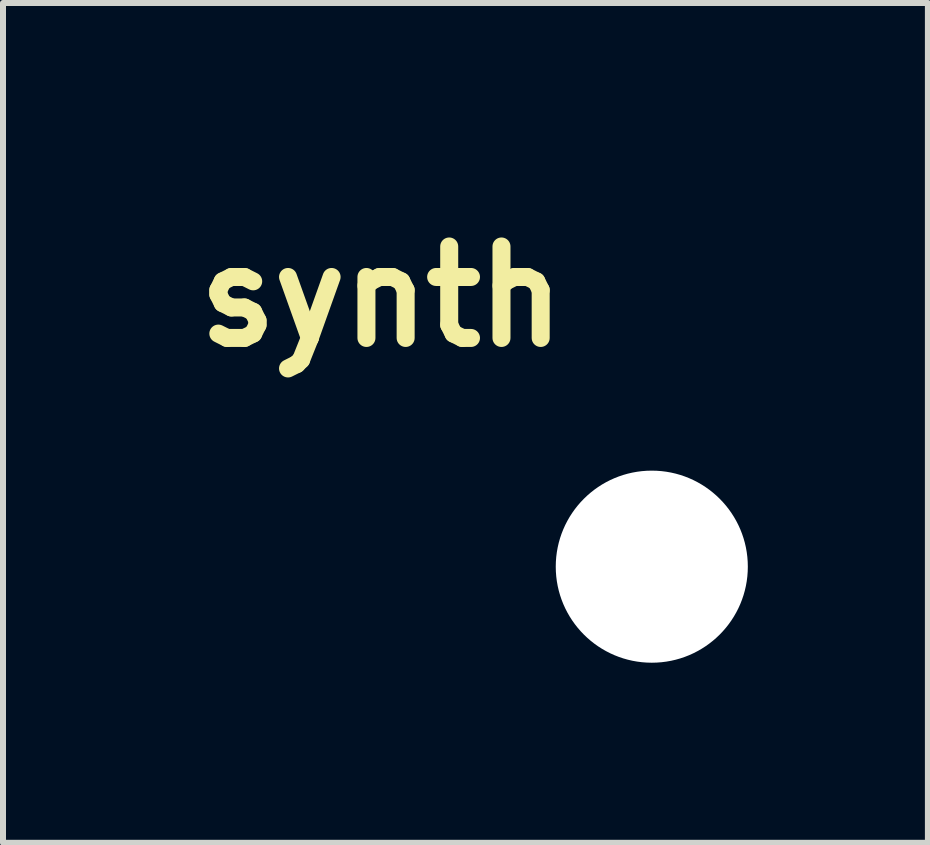
<source format=kicad_pcb>
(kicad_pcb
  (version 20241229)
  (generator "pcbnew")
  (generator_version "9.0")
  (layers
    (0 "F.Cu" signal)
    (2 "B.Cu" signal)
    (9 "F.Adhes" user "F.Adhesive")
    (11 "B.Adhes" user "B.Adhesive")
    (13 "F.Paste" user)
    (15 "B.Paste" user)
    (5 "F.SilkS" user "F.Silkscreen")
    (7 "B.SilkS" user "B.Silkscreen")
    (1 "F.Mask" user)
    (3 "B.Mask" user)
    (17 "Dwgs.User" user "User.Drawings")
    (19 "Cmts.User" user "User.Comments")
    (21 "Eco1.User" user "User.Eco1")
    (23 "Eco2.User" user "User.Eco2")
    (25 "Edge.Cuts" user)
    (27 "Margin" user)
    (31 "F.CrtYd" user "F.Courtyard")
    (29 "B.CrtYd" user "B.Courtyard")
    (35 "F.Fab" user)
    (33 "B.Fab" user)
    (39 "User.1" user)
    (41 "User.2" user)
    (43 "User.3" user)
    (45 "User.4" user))
  (footprint "synth"
    (layer "F.Cu")
    (at 7.809 6.391)
    (property "Reference" "synth" (at -4.5 -4.5 0) (layer "F.SilkS") (effects (font (size 1.524 1.524) (thickness 0.3))))
    (attr through_hole)
    (fp_poly (pts (xy -4.606 -6.386) (xy -4.519 -6.385) (xy -4.446 -6.384) (xy -4.387 -6.383) (xy -4.344 -6.382) (xy -4.317 -6.381) (xy -4.307 -6.379) (xy -4.269 -6.362) (xy -4.232 -6.333) (xy -4.201 -6.297) (xy -4.193 -6.283) (xy -4.174 -6.248) (xy -4.17 -2.993) (xy -3.383 -2.993) (xy -3.383 -4.231) (xy -3.383 -4.423) (xy -3.383 -4.597) (xy -3.382 -4.756) (xy -3.382 -4.898) (xy -3.381 -5.024) (xy -3.381 -5.135) (xy -3.38 -5.231) (xy -3.379 -5.312) (xy -3.378 -5.378) (xy -3.377 -5.43) (xy -3.376 -5.468) (xy -3.375 -5.492) (xy -3.374 -5.502) (xy -3.358 -5.533) (xy -3.332 -5.566) (xy -3.3 -5.596) (xy -3.266 -5.618) (xy -3.251 -5.624) (xy -3.239 -5.626) (xy -3.218 -5.628) (xy -3.188 -5.629) (xy -3.147 -5.631) (xy -3.094 -5.632) (xy -3.03 -5.633) (xy -2.952 -5.633) (xy -2.859 -5.634) (xy -2.752 -5.634) (xy -2.629 -5.634) (xy -2.62 -5.634) (xy -2.505 -5.634) (xy -2.406 -5.634) (xy -2.321 -5.634) (xy -2.25 -5.633) (xy -2.19 -5.633) (xy -2.141 -5.632) (xy -2.102 -5.632) (xy -2.071 -5.631) (xy -2.047 -5.629) (xy -2.028 -5.628) (xy -2.014 -5.626) (xy -2.004 -5.623) (xy -1.995 -5.62) (xy -1.988 -5.617) (xy -1.986 -5.617) (xy -1.943 -5.592) (xy -1.911 -5.561) (xy -1.89 -5.528) (xy -1.886 -5.52) (xy -1.883 -5.512) (xy -1.88 -5.501) (xy -1.877 -5.487) (xy -1.876 -5.468) (xy -1.874 -5.443) (xy -1.873 -5.409) (xy -1.872 -5.366) (xy -1.871 -5.312) (xy -1.871 -5.245) (xy -1.87 -5.165) (xy -1.87 -5.073) (xy -1.867 -4.652) (xy -1.611 -4.652) (xy -1.536 -4.652) (xy -1.468 -4.651) (xy -1.412 -4.65) (xy -1.367 -4.648) (xy -1.337 -4.645) (xy -1.323 -4.643) (xy -1.289 -4.627) (xy -1.254 -4.6) (xy -1.224 -4.567) (xy -1.206 -4.538) (xy -1.192 -4.488) (xy -1.193 -4.435) (xy -1.209 -4.384) (xy -1.238 -4.339) (xy -1.251 -4.325) (xy -1.264 -4.313) (xy -1.277 -4.302) (xy -1.291 -4.294) (xy -1.308 -4.287) (xy -1.33 -4.282) (xy -1.357 -4.278) (xy -1.392 -4.275) (xy -1.436 -4.273) (xy -1.491 -4.272) (xy -1.559 -4.272) (xy -1.641 -4.272) (xy -1.718 -4.271) (xy -1.821 -4.272) (xy -1.908 -4.272) (xy -1.979 -4.273) (xy -2.034 -4.275) (xy -2.076 -4.277) (xy -2.103 -4.279) (xy -2.114 -4.281) (xy -2.152 -4.299) (xy -2.189 -4.328) (xy -2.22 -4.363) (xy -2.233 -4.385) (xy -2.236 -4.394) (xy -2.239 -4.404) (xy -2.242 -4.418) (xy -2.244 -4.436) (xy -2.245 -4.46) (xy -2.246 -4.491) (xy -2.247 -4.532) (xy -2.248 -4.583) (xy -2.248 -4.647) (xy -2.248 -4.724) (xy -2.248 -4.816) (xy -2.248 -4.836) (xy -2.249 -5.253) (xy -3.002 -5.253) (xy -3.002 -4.015) (xy -3.002 -3.822) (xy -3.002 -3.645) (xy -3.002 -3.484) (xy -3.003 -3.34) (xy -3.003 -3.212) (xy -3.004 -3.1) (xy -3.005 -3.003) (xy -3.006 -2.923) (xy -3.007 -2.857) (xy -3.008 -2.807) (xy -3.009 -2.771) (xy -3.01 -2.75) (xy -3.011 -2.745) (xy -3.027 -2.711) (xy -3.054 -2.676) (xy -3.087 -2.646) (xy -3.116 -2.628) (xy -3.123 -2.625) (xy -3.132 -2.623) (xy -3.143 -2.621) (xy -3.159 -2.619) (xy -3.179 -2.617) (xy -3.205 -2.616) (xy -3.239 -2.615) (xy -3.282 -2.614) (xy -3.334 -2.614) (xy -3.398 -2.613) (xy -3.473 -2.613) (xy -3.563 -2.613) (xy -3.666 -2.613) (xy -3.777 -2.613) (xy -4.404 -2.613) (xy -4.45 -2.636) (xy -4.496 -2.667) (xy -4.521 -2.696) (xy -4.547 -2.733) (xy -4.549 -4.37) (xy -4.551 -6.007) (xy -5.304 -6.007) (xy -5.304 -4.777) (xy -5.304 -4.623) (xy -5.305 -4.475) (xy -5.305 -4.335) (xy -5.305 -4.203) (xy -5.306 -4.08) (xy -5.306 -3.967) (xy -5.307 -3.864) (xy -5.307 -3.773) (xy -5.308 -3.694) (xy -5.309 -3.629) (xy -5.31 -3.577) (xy -5.311 -3.54) (xy -5.312 -3.519) (xy -5.312 -3.515) (xy -5.332 -3.465) (xy -5.366 -3.423) (xy -5.411 -3.39) (xy -5.414 -3.389) (xy -5.459 -3.366) (xy -6.057 -3.366) (xy -6.192 -3.366) (xy -6.312 -3.366) (xy -6.415 -3.367) (xy -6.502 -3.368) (xy -6.572 -3.369) (xy -6.626 -3.371) (xy -6.664 -3.372) (xy -6.684 -3.374) (xy -6.686 -3.375) (xy -6.721 -3.391) (xy -6.756 -3.418) (xy -6.786 -3.451) (xy -6.803 -3.48) (xy -6.807 -3.489) (xy -6.81 -3.5) (xy -6.813 -3.514) (xy -6.814 -3.533) (xy -6.816 -3.559) (xy -6.817 -3.593) (xy -6.818 -3.636) (xy -6.818 -3.69) (xy -6.819 -3.758) (xy -6.819 -3.84) (xy -6.819 -3.893) (xy -6.819 -4.271) (xy -7.229 -4.271) (xy -7.328 -4.272) (xy -7.412 -4.272) (xy -7.482 -4.272) (xy -7.54 -4.273) (xy -7.586 -4.275) (xy -7.624 -4.277) (xy -7.653 -4.281) (xy -7.676 -4.285) (xy -7.694 -4.291) (xy -7.708 -4.298) (xy -7.721 -4.307) (xy -7.733 -4.317) (xy -7.741 -4.325) (xy -7.774 -4.367) (xy -7.794 -4.417) (xy -7.801 -4.469) (xy -7.792 -4.521) (xy -7.785 -4.538) (xy -7.763 -4.573) (xy -7.732 -4.605) (xy -7.696 -4.631) (xy -7.668 -4.643) (xy -7.652 -4.645) (xy -7.622 -4.647) (xy -7.578 -4.649) (xy -7.522 -4.65) (xy -7.458 -4.651) (xy -7.385 -4.652) (xy -7.306 -4.652) (xy -7.224 -4.653) (xy -7.139 -4.653) (xy -7.054 -4.653) (xy -6.97 -4.652) (xy -6.89 -4.652) (xy -6.814 -4.651) (xy -6.746 -4.65) (xy -6.686 -4.649) (xy -6.637 -4.647) (xy -6.6 -4.646) (xy -6.578 -4.644) (xy -6.573 -4.643) (xy -6.531 -4.622) (xy -6.492 -4.59) (xy -6.462 -4.55) (xy -6.461 -4.548) (xy -6.457 -4.539) (xy -6.453 -4.53) (xy -6.45 -4.519) (xy -6.448 -4.505) (xy -6.446 -4.486) (xy -6.444 -4.46) (xy -6.443 -4.425) (xy -6.442 -4.381) (xy -6.441 -4.326) (xy -6.441 -4.257) (xy -6.44 -4.174) (xy -6.44 -4.13) (xy -6.438 -3.747) (xy -5.685 -3.747) (xy -5.685 -6.242) (xy -5.661 -6.287) (xy -5.636 -6.325) (xy -5.604 -6.352) (xy -5.596 -6.358) (xy -5.555 -6.383) (xy -4.947 -6.385) (xy -4.821 -6.386) (xy -4.707 -6.386) (xy -4.606 -6.386)) (stroke (width 0.01) (type solid)) (fill yes) (layer "F.Mask"))
    (fp_poly (pts (xy -4.606 -6.386) (xy -4.519 -6.385) (xy -4.446 -6.384) (xy -4.387 -6.383) (xy -4.344 -6.382) (xy -4.317 -6.381) (xy -4.307 -6.379) (xy -4.269 -6.362) (xy -4.232 -6.333) (xy -4.201 -6.297) (xy -4.193 -6.283) (xy -4.174 -6.248) (xy -4.17 -2.993) (xy -3.383 -2.993) (xy -3.383 -4.231) (xy -3.383 -4.423) (xy -3.383 -4.597) (xy -3.382 -4.756) (xy -3.382 -4.898) (xy -3.381 -5.024) (xy -3.381 -5.135) (xy -3.38 -5.231) (xy -3.379 -5.312) (xy -3.378 -5.378) (xy -3.377 -5.43) (xy -3.376 -5.468) (xy -3.375 -5.492) (xy -3.374 -5.502) (xy -3.358 -5.533) (xy -3.332 -5.566) (xy -3.3 -5.596) (xy -3.266 -5.618) (xy -3.251 -5.624) (xy -3.239 -5.626) (xy -3.218 -5.628) (xy -3.188 -5.629) (xy -3.147 -5.631) (xy -3.094 -5.632) (xy -3.03 -5.633) (xy -2.952 -5.633) (xy -2.859 -5.634) (xy -2.752 -5.634) (xy -2.629 -5.634) (xy -2.62 -5.634) (xy -2.505 -5.634) (xy -2.406 -5.634) (xy -2.321 -5.634) (xy -2.25 -5.633) (xy -2.19 -5.633) (xy -2.141 -5.632) (xy -2.102 -5.632) (xy -2.071 -5.631) (xy -2.047 -5.629) (xy -2.028 -5.628) (xy -2.014 -5.626) (xy -2.004 -5.623) (xy -1.995 -5.62) (xy -1.988 -5.617) (xy -1.986 -5.617) (xy -1.943 -5.592) (xy -1.911 -5.561) (xy -1.89 -5.528) (xy -1.886 -5.52) (xy -1.883 -5.512) (xy -1.88 -5.501) (xy -1.877 -5.487) (xy -1.876 -5.468) (xy -1.874 -5.443) (xy -1.873 -5.409) (xy -1.872 -5.366) (xy -1.871 -5.312) (xy -1.871 -5.245) (xy -1.87 -5.165) (xy -1.87 -5.073) (xy -1.867 -4.652) (xy -1.611 -4.652) (xy -1.536 -4.652) (xy -1.468 -4.651) (xy -1.412 -4.65) (xy -1.367 -4.648) (xy -1.337 -4.645) (xy -1.323 -4.643) (xy -1.289 -4.627) (xy -1.254 -4.6) (xy -1.224 -4.567) (xy -1.206 -4.538) (xy -1.192 -4.488) (xy -1.193 -4.435) (xy -1.209 -4.384) (xy -1.238 -4.339) (xy -1.251 -4.325) (xy -1.264 -4.313) (xy -1.277 -4.302) (xy -1.291 -4.294) (xy -1.308 -4.287) (xy -1.33 -4.282) (xy -1.357 -4.278) (xy -1.392 -4.275) (xy -1.436 -4.273) (xy -1.491 -4.272) (xy -1.559 -4.272) (xy -1.641 -4.272) (xy -1.718 -4.271) (xy -1.821 -4.272) (xy -1.908 -4.272) (xy -1.979 -4.273) (xy -2.034 -4.275) (xy -2.076 -4.277) (xy -2.103 -4.279) (xy -2.114 -4.281) (xy -2.152 -4.299) (xy -2.189 -4.328) (xy -2.22 -4.363) (xy -2.233 -4.385) (xy -2.236 -4.394) (xy -2.239 -4.404) (xy -2.242 -4.418) (xy -2.244 -4.436) (xy -2.245 -4.46) (xy -2.246 -4.491) (xy -2.247 -4.532) (xy -2.248 -4.583) (xy -2.248 -4.647) (xy -2.248 -4.724) (xy -2.248 -4.816) (xy -2.248 -4.836) (xy -2.249 -5.253) (xy -3.002 -5.253) (xy -3.002 -4.015) (xy -3.002 -3.822) (xy -3.002 -3.645) (xy -3.002 -3.484) (xy -3.003 -3.34) (xy -3.003 -3.212) (xy -3.004 -3.1) (xy -3.005 -3.003) (xy -3.006 -2.923) (xy -3.007 -2.857) (xy -3.008 -2.807) (xy -3.009 -2.771) (xy -3.01 -2.75) (xy -3.011 -2.745) (xy -3.027 -2.711) (xy -3.054 -2.676) (xy -3.087 -2.646) (xy -3.116 -2.628) (xy -3.123 -2.625) (xy -3.132 -2.623) (xy -3.143 -2.621) (xy -3.159 -2.619) (xy -3.179 -2.617) (xy -3.205 -2.616) (xy -3.239 -2.615) (xy -3.282 -2.614) (xy -3.334 -2.614) (xy -3.398 -2.613) (xy -3.473 -2.613) (xy -3.563 -2.613) (xy -3.666 -2.613) (xy -3.777 -2.613) (xy -4.404 -2.613) (xy -4.45 -2.636) (xy -4.496 -2.667) (xy -4.521 -2.696) (xy -4.547 -2.733) (xy -4.549 -4.37) (xy -4.551 -6.007) (xy -5.304 -6.007) (xy -5.304 -4.777) (xy -5.304 -4.623) (xy -5.305 -4.475) (xy -5.305 -4.335) (xy -5.305 -4.203) (xy -5.306 -4.08) (xy -5.306 -3.967) (xy -5.307 -3.864) (xy -5.307 -3.773) (xy -5.308 -3.694) (xy -5.309 -3.629) (xy -5.31 -3.577) (xy -5.311 -3.54) (xy -5.312 -3.519) (xy -5.312 -3.515) (xy -5.332 -3.465) (xy -5.366 -3.423) (xy -5.411 -3.39) (xy -5.414 -3.389) (xy -5.459 -3.366) (xy -6.057 -3.366) (xy -6.192 -3.366) (xy -6.312 -3.366) (xy -6.415 -3.367) (xy -6.502 -3.368) (xy -6.572 -3.369) (xy -6.626 -3.371) (xy -6.664 -3.372) (xy -6.684 -3.374) (xy -6.686 -3.375) (xy -6.721 -3.391) (xy -6.756 -3.418) (xy -6.786 -3.451) (xy -6.803 -3.48) (xy -6.807 -3.489) (xy -6.81 -3.5) (xy -6.813 -3.514) (xy -6.814 -3.533) (xy -6.816 -3.559) (xy -6.817 -3.593) (xy -6.818 -3.636) (xy -6.818 -3.69) (xy -6.819 -3.758) (xy -6.819 -3.84) (xy -6.819 -3.893) (xy -6.819 -4.271) (xy -7.229 -4.271) (xy -7.328 -4.272) (xy -7.412 -4.272) (xy -7.482 -4.272) (xy -7.54 -4.273) (xy -7.586 -4.275) (xy -7.624 -4.277) (xy -7.653 -4.281) (xy -7.676 -4.285) (xy -7.694 -4.291) (xy -7.708 -4.298) (xy -7.721 -4.307) (xy -7.733 -4.317) (xy -7.741 -4.325) (xy -7.774 -4.367) (xy -7.794 -4.417) (xy -7.801 -4.469) (xy -7.792 -4.521) (xy -7.785 -4.538) (xy -7.763 -4.573) (xy -7.732 -4.605) (xy -7.696 -4.631) (xy -7.668 -4.643) (xy -7.652 -4.645) (xy -7.622 -4.647) (xy -7.578 -4.649) (xy -7.522 -4.65) (xy -7.458 -4.651) (xy -7.385 -4.652) (xy -7.306 -4.652) (xy -7.224 -4.653) (xy -7.139 -4.653) (xy -7.054 -4.653) (xy -6.97 -4.652) (xy -6.89 -4.652) (xy -6.814 -4.651) (xy -6.746 -4.65) (xy -6.686 -4.649) (xy -6.637 -4.647) (xy -6.6 -4.646) (xy -6.578 -4.644) (xy -6.573 -4.643) (xy -6.531 -4.622) (xy -6.492 -4.59) (xy -6.462 -4.55) (xy -6.461 -4.548) (xy -6.457 -4.539) (xy -6.453 -4.53) (xy -6.45 -4.519) (xy -6.448 -4.505) (xy -6.446 -4.486) (xy -6.444 -4.46) (xy -6.443 -4.425) (xy -6.442 -4.381) (xy -6.441 -4.326) (xy -6.441 -4.257) (xy -6.44 -4.174) (xy -6.44 -4.13) (xy -6.438 -3.747) (xy -5.685 -3.747) (xy -5.685 -6.242) (xy -5.661 -6.287) (xy -5.636 -6.325) (xy -5.604 -6.352) (xy -5.596 -6.358) (xy -5.555 -6.383) (xy -4.947 -6.385) (xy -4.821 -6.386) (xy -4.707 -6.386) (xy -4.606 -6.386)) (stroke (width 0.01) (type solid)) (fill yes) (layer "B.Mask"))
    (pad "" np_thru_hole circle (at 0 0) (size 3.2 3.2) (drill 3.2) (layers "*.Cu" "*.Mask")))
  (gr_rect
    (start -3 -3)
    (end 12.409 10.991)
    (stroke (width 0.1) (type default))
    (fill no)
    (layer "Edge.Cuts")))
</source>
